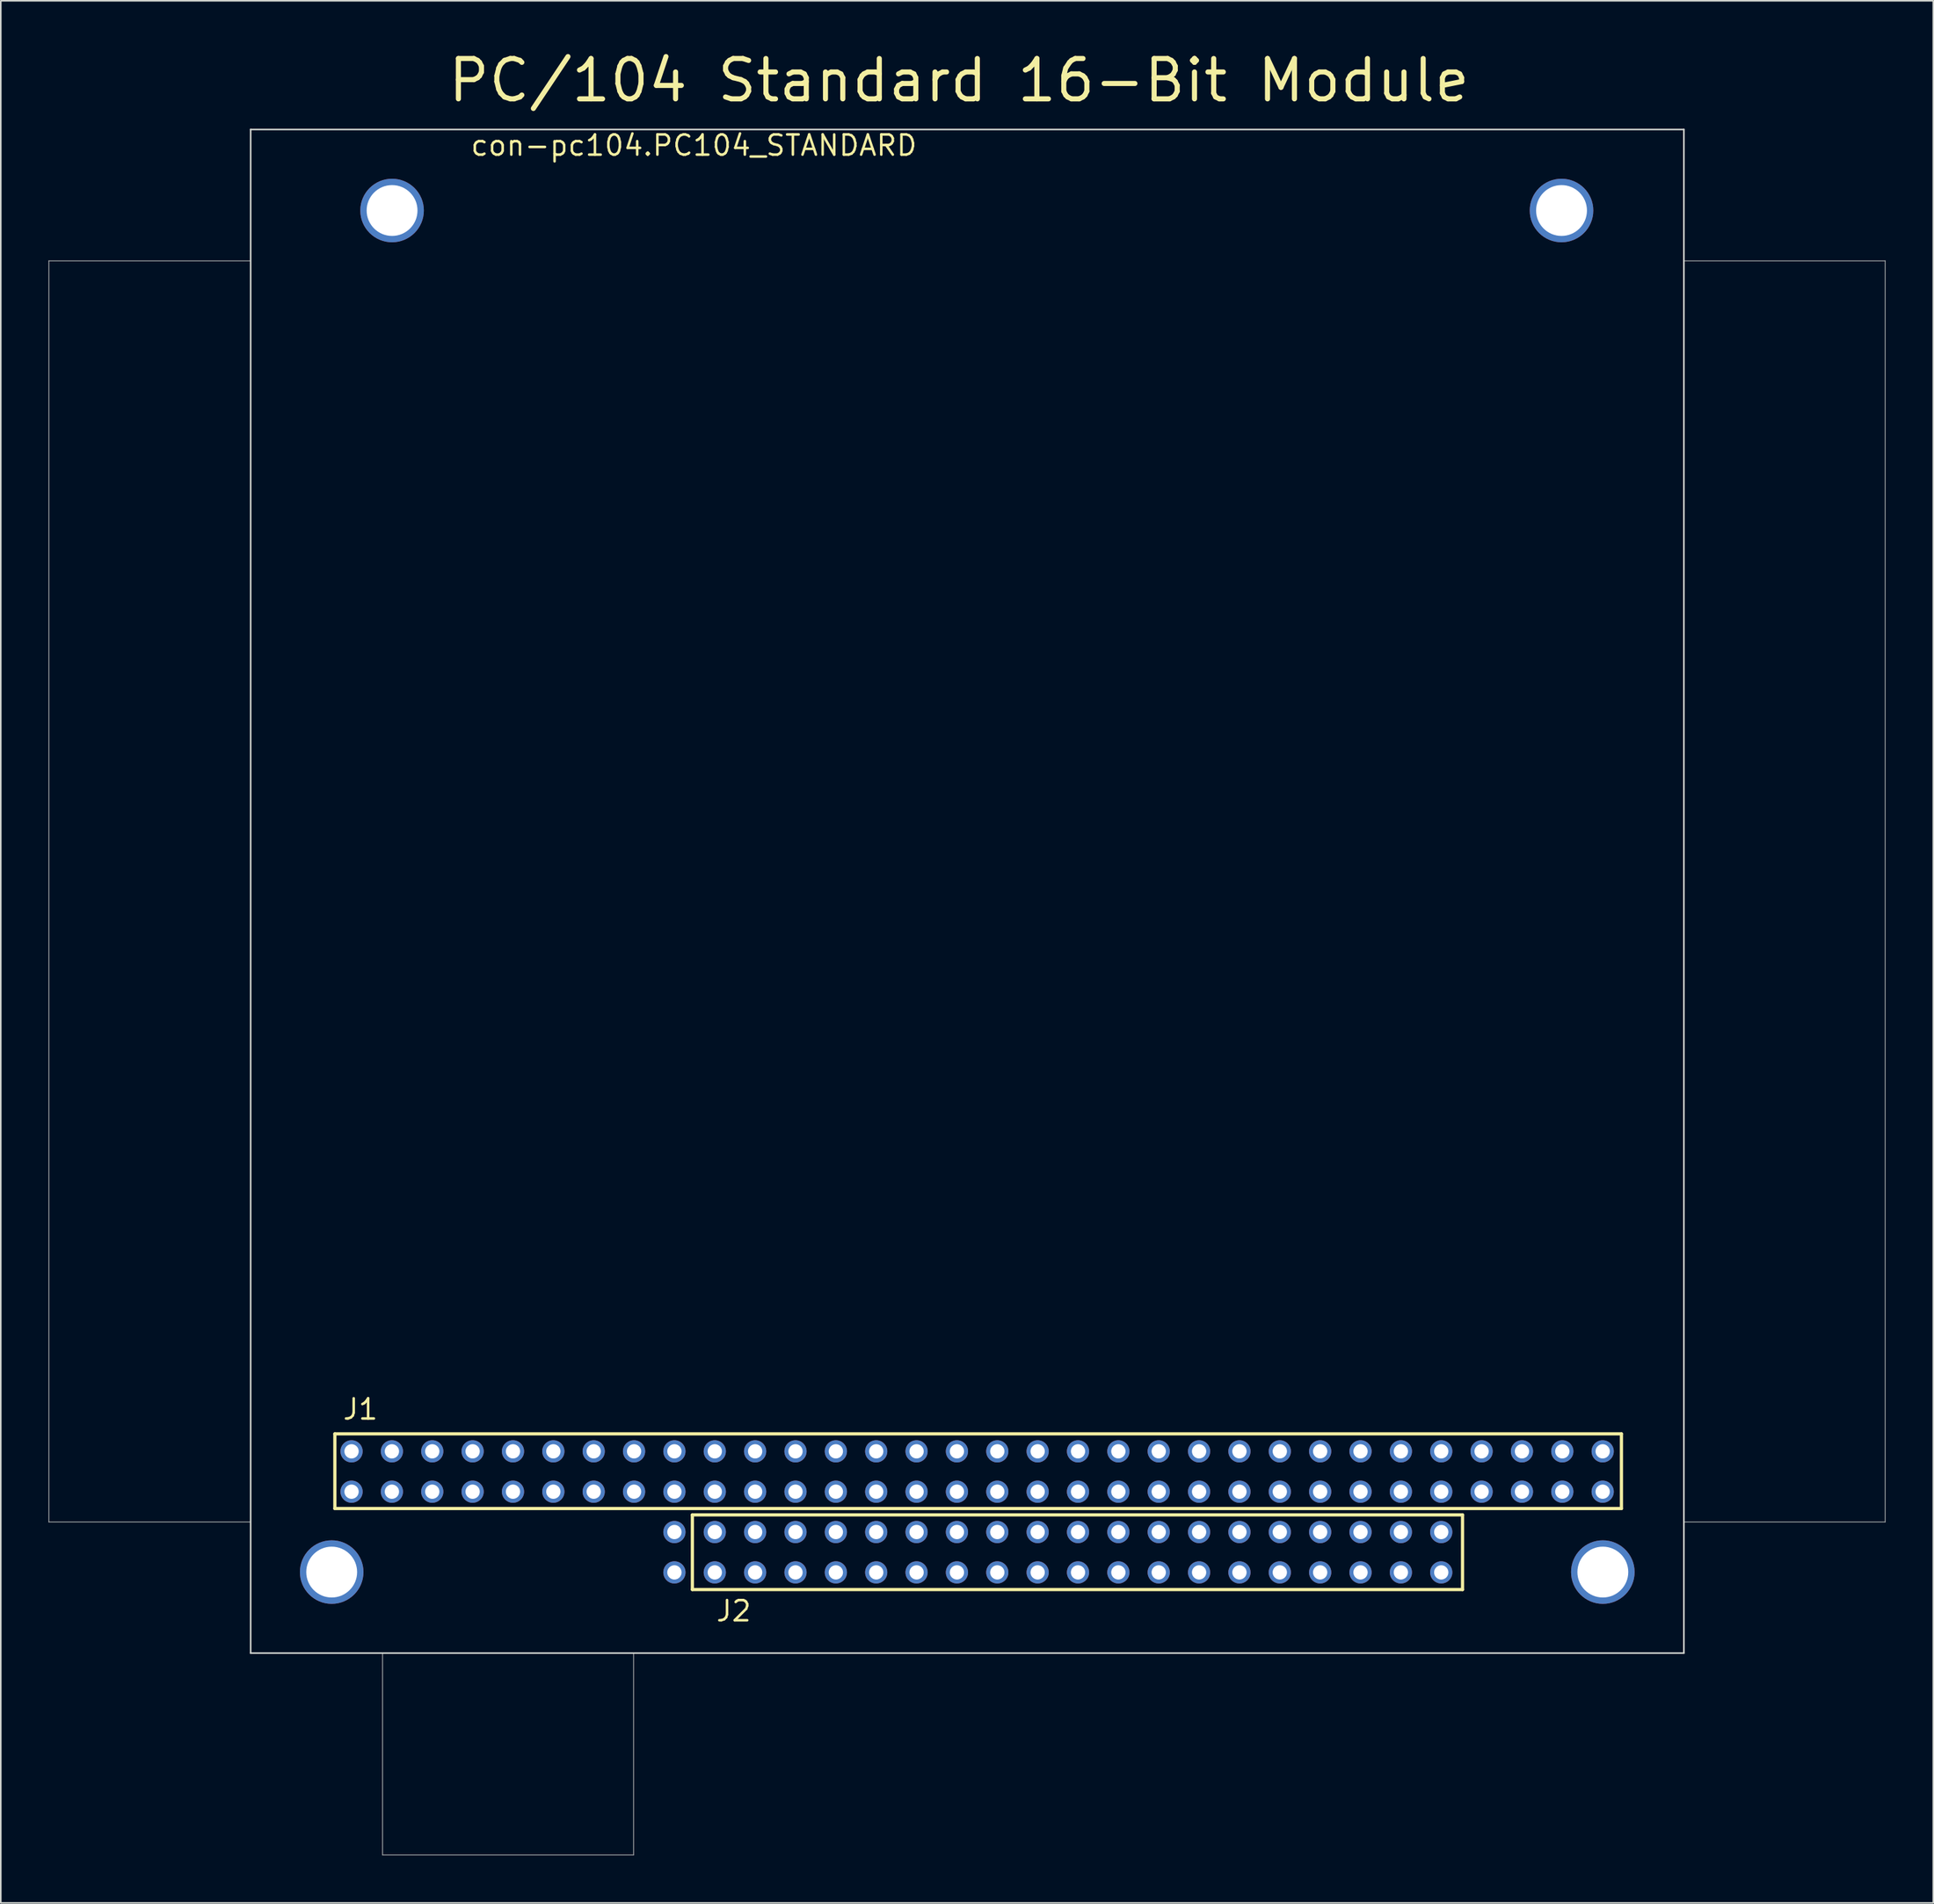
<source format=kicad_pcb>
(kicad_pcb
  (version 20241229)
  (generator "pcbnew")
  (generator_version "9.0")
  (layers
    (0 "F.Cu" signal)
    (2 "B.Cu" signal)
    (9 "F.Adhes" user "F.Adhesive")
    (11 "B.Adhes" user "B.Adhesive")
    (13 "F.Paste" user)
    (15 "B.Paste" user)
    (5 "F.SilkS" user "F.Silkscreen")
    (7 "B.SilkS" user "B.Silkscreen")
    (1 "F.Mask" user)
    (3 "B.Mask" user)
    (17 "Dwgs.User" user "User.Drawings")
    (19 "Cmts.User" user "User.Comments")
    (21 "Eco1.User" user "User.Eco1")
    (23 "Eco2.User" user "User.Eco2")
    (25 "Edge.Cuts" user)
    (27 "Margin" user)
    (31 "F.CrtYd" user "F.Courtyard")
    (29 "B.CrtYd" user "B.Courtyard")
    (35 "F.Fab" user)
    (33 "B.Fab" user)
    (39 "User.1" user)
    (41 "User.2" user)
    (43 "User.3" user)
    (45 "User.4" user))
  (footprint "con-pc104.PC104_STANDARD"
    (layer "F.Cu")
    (at 12.725 101)
    (property "Reference" "con-pc104.PC104_STANDARD" (at 13.76 -94.155 0) (layer "F.SilkS") (effects (font (size 1.27 1.27) (thickness 0.16)) (justify left bottom)))
    (attr through_hole)
    (fp_line (start 5.3 -13.8) (end 86.27 -13.8) (stroke (width 0.203) (type default)) (layer "F.SilkS"))
    (fp_line (start 5.3 -9.1) (end 5.3 -13.8) (stroke (width 0.203) (type default)) (layer "F.SilkS"))
    (fp_line (start 27.8 -8.7) (end 76.27 -8.7) (stroke (width 0.203) (type default)) (layer "F.SilkS"))
    (fp_line (start 27.8 -4) (end 27.8 -8.7) (stroke (width 0.203) (type default)) (layer "F.SilkS"))
    (fp_line (start 76.27 -8.7) (end 76.27 -4) (stroke (width 0.203) (type default)) (layer "F.SilkS"))
    (fp_line (start 76.27 -4) (end 27.8 -4) (stroke (width 0.203) (type default)) (layer "F.SilkS"))
    (fp_line (start 86.27 -13.8) (end 86.27 -9.1) (stroke (width 0.203) (type default)) (layer "F.SilkS"))
    (fp_line (start 86.27 -9.1) (end 5.3 -9.1) (stroke (width 0.203) (type default)) (layer "F.SilkS"))
    (fp_line (start 0 -95.9) (end 0 0) (stroke (width 0.1) (type default)) (layer "Edge.Cuts"))
    (fp_line (start 0 0) (end 90.2 0) (stroke (width 0.1) (type default)) (layer "Edge.Cuts"))
    (fp_line (start 90.2 -95.9) (end 0 -95.9) (stroke (width 0.1) (type default)) (layer "Edge.Cuts"))
    (fp_line (start 90.2 0) (end 90.2 -95.9) (stroke (width 0.1) (type default)) (layer "Edge.Cuts"))
    (fp_line (start -12.7 -87.63) (end -12.7 -8.255) (stroke (width 0.051) (type default)) (layer "F.Fab"))
    (fp_line (start -12.7 -8.255) (end 0 -8.255) (stroke (width 0.051) (type default)) (layer "F.Fab"))
    (fp_line (start 0 -87.63) (end -12.7 -87.63) (stroke (width 0.051) (type default)) (layer "F.Fab"))
    (fp_line (start 8.3 0) (end 8.3 12.7) (stroke (width 0.051) (type default)) (layer "F.Fab"))
    (fp_line (start 8.3 12.7) (end 24.1 12.7) (stroke (width 0.051) (type default)) (layer "F.Fab"))
    (fp_line (start 24.1 12.7) (end 24.1 0) (stroke (width 0.051) (type default)) (layer "F.Fab"))
    (fp_line (start 90.221 -8.255) (end 102.87 -8.255) (stroke (width 0.051) (type default)) (layer "F.Fab"))
    (fp_line (start 102.87 -87.63) (end 90.17 -87.63) (stroke (width 0.051) (type default)) (layer "F.Fab"))
    (fp_line (start 102.87 -8.255) (end 102.87 -87.63) (stroke (width 0.051) (type default)) (layer "F.Fab"))
    (fp_text user "PC/104 Standard 16-Bit Module" (at 12.26 -97.5 0) (layer "F.SilkS") (effects (font (size 2.54 2.54) (thickness 0.32)) (justify left bottom)))
    (fp_text user "J1" (at 5.715 -14.605 0) (layer "F.SilkS") (effects (font (size 1.27 1.27) (thickness 0.16)) (justify left bottom)))
    (fp_text user "J2" (at 29.21 -1.905 0) (layer "F.SilkS") (effects (font (size 1.27 1.27) (thickness 0.16)) (justify left bottom)))
    (pad "A1" thru_hole circle (at 6.35 -10.16) (size 1.397 1.397) (drill 0.9) (layers "*.Cu" "*.Mask"))
    (pad "A2" thru_hole circle (at 8.89 -10.16) (size 1.397 1.397) (drill 0.9) (layers "*.Cu" "*.Mask"))
    (pad "A3" thru_hole circle (at 11.43 -10.16) (size 1.397 1.397) (drill 0.9) (layers "*.Cu" "*.Mask"))
    (pad "A4" thru_hole circle (at 13.97 -10.16) (size 1.397 1.397) (drill 0.9) (layers "*.Cu" "*.Mask"))
    (pad "A5" thru_hole circle (at 16.51 -10.16) (size 1.397 1.397) (drill 0.9) (layers "*.Cu" "*.Mask"))
    (pad "A6" thru_hole circle (at 19.05 -10.16) (size 1.397 1.397) (drill 0.9) (layers "*.Cu" "*.Mask"))
    (pad "A7" thru_hole circle (at 21.59 -10.16) (size 1.397 1.397) (drill 0.9) (layers "*.Cu" "*.Mask"))
    (pad "A8" thru_hole circle (at 24.13 -10.16) (size 1.397 1.397) (drill 0.9) (layers "*.Cu" "*.Mask"))
    (pad "A9" thru_hole circle (at 26.67 -10.16) (size 1.397 1.397) (drill 0.9) (layers "*.Cu" "*.Mask"))
    (pad "A10" thru_hole circle (at 29.21 -10.16) (size 1.397 1.397) (drill 0.9) (layers "*.Cu" "*.Mask"))
    (pad "A11" thru_hole circle (at 31.75 -10.16) (size 1.397 1.397) (drill 0.9) (layers "*.Cu" "*.Mask"))
    (pad "A12" thru_hole circle (at 34.29 -10.16) (size 1.397 1.397) (drill 0.9) (layers "*.Cu" "*.Mask"))
    (pad "A13" thru_hole circle (at 36.83 -10.16) (size 1.397 1.397) (drill 0.9) (layers "*.Cu" "*.Mask"))
    (pad "A14" thru_hole circle (at 39.37 -10.16) (size 1.397 1.397) (drill 0.9) (layers "*.Cu" "*.Mask"))
    (pad "A15" thru_hole circle (at 41.91 -10.16) (size 1.397 1.397) (drill 0.9) (layers "*.Cu" "*.Mask"))
    (pad "A16" thru_hole circle (at 44.45 -10.16) (size 1.397 1.397) (drill 0.9) (layers "*.Cu" "*.Mask"))
    (pad "A17" thru_hole circle (at 46.99 -10.16) (size 1.397 1.397) (drill 0.9) (layers "*.Cu" "*.Mask"))
    (pad "A18" thru_hole circle (at 49.53 -10.16) (size 1.397 1.397) (drill 0.9) (layers "*.Cu" "*.Mask"))
    (pad "A19" thru_hole circle (at 52.07 -10.16) (size 1.397 1.397) (drill 0.9) (layers "*.Cu" "*.Mask"))
    (pad "A20" thru_hole circle (at 54.61 -10.16) (size 1.397 1.397) (drill 0.9) (layers "*.Cu" "*.Mask"))
    (pad "A21" thru_hole circle (at 57.15 -10.16) (size 1.397 1.397) (drill 0.9) (layers "*.Cu" "*.Mask"))
    (pad "A22" thru_hole circle (at 59.69 -10.16) (size 1.397 1.397) (drill 0.9) (layers "*.Cu" "*.Mask"))
    (pad "A23" thru_hole circle (at 62.23 -10.16) (size 1.397 1.397) (drill 0.9) (layers "*.Cu" "*.Mask"))
    (pad "A24" thru_hole circle (at 64.77 -10.16) (size 1.397 1.397) (drill 0.9) (layers "*.Cu" "*.Mask"))
    (pad "A25" thru_hole circle (at 67.31 -10.16) (size 1.397 1.397) (drill 0.9) (layers "*.Cu" "*.Mask"))
    (pad "A26" thru_hole circle (at 69.85 -10.16) (size 1.397 1.397) (drill 0.9) (layers "*.Cu" "*.Mask"))
    (pad "A27" thru_hole circle (at 72.39 -10.16) (size 1.397 1.397) (drill 0.9) (layers "*.Cu" "*.Mask"))
    (pad "A28" thru_hole circle (at 74.93 -10.16) (size 1.397 1.397) (drill 0.9) (layers "*.Cu" "*.Mask"))
    (pad "A29" thru_hole circle (at 77.47 -10.16) (size 1.397 1.397) (drill 0.9) (layers "*.Cu" "*.Mask"))
    (pad "A30" thru_hole circle (at 80.01 -10.16) (size 1.397 1.397) (drill 0.9) (layers "*.Cu" "*.Mask"))
    (pad "A31" thru_hole circle (at 82.55 -10.16) (size 1.397 1.397) (drill 0.9) (layers "*.Cu" "*.Mask"))
    (pad "A32" thru_hole circle (at 85.09 -10.16) (size 1.397 1.397) (drill 0.9) (layers "*.Cu" "*.Mask"))
    (pad "B1" thru_hole circle (at 6.35 -12.7) (size 1.397 1.397) (drill 0.9) (layers "*.Cu" "*.Mask"))
    (pad "B2" thru_hole circle (at 8.89 -12.7) (size 1.397 1.397) (drill 0.9) (layers "*.Cu" "*.Mask"))
    (pad "B3" thru_hole circle (at 11.43 -12.7) (size 1.397 1.397) (drill 0.9) (layers "*.Cu" "*.Mask"))
    (pad "B4" thru_hole circle (at 13.97 -12.7) (size 1.397 1.397) (drill 0.9) (layers "*.Cu" "*.Mask"))
    (pad "B5" thru_hole circle (at 16.51 -12.7) (size 1.397 1.397) (drill 0.9) (layers "*.Cu" "*.Mask"))
    (pad "B6" thru_hole circle (at 19.05 -12.7) (size 1.397 1.397) (drill 0.9) (layers "*.Cu" "*.Mask"))
    (pad "B7" thru_hole circle (at 21.59 -12.7) (size 1.397 1.397) (drill 0.9) (layers "*.Cu" "*.Mask"))
    (pad "B8" thru_hole circle (at 24.13 -12.7) (size 1.397 1.397) (drill 0.9) (layers "*.Cu" "*.Mask"))
    (pad "B9" thru_hole circle (at 26.67 -12.7) (size 1.397 1.397) (drill 0.9) (layers "*.Cu" "*.Mask"))
    (pad "B10" thru_hole circle (at 29.21 -12.7) (size 1.397 1.397) (drill 0.9) (layers "*.Cu" "*.Mask"))
    (pad "B11" thru_hole circle (at 31.75 -12.7) (size 1.397 1.397) (drill 0.9) (layers "*.Cu" "*.Mask"))
    (pad "B12" thru_hole circle (at 34.29 -12.7) (size 1.397 1.397) (drill 0.9) (layers "*.Cu" "*.Mask"))
    (pad "B13" thru_hole circle (at 36.83 -12.7) (size 1.397 1.397) (drill 0.9) (layers "*.Cu" "*.Mask"))
    (pad "B14" thru_hole circle (at 39.37 -12.7) (size 1.397 1.397) (drill 0.9) (layers "*.Cu" "*.Mask"))
    (pad "B15" thru_hole circle (at 41.91 -12.7) (size 1.397 1.397) (drill 0.9) (layers "*.Cu" "*.Mask"))
    (pad "B16" thru_hole circle (at 44.45 -12.7) (size 1.397 1.397) (drill 0.9) (layers "*.Cu" "*.Mask"))
    (pad "B17" thru_hole circle (at 46.99 -12.7) (size 1.397 1.397) (drill 0.9) (layers "*.Cu" "*.Mask"))
    (pad "B18" thru_hole circle (at 49.53 -12.7) (size 1.397 1.397) (drill 0.9) (layers "*.Cu" "*.Mask"))
    (pad "B19" thru_hole circle (at 52.07 -12.7) (size 1.397 1.397) (drill 0.9) (layers "*.Cu" "*.Mask"))
    (pad "B20" thru_hole circle (at 54.61 -12.7) (size 1.397 1.397) (drill 0.9) (layers "*.Cu" "*.Mask"))
    (pad "B21" thru_hole circle (at 57.15 -12.7) (size 1.397 1.397) (drill 0.9) (layers "*.Cu" "*.Mask"))
    (pad "B22" thru_hole circle (at 59.69 -12.7) (size 1.397 1.397) (drill 0.9) (layers "*.Cu" "*.Mask"))
    (pad "B23" thru_hole circle (at 62.23 -12.7) (size 1.397 1.397) (drill 0.9) (layers "*.Cu" "*.Mask"))
    (pad "B24" thru_hole circle (at 64.77 -12.7) (size 1.397 1.397) (drill 0.9) (layers "*.Cu" "*.Mask"))
    (pad "B25" thru_hole circle (at 67.31 -12.7) (size 1.397 1.397) (drill 0.9) (layers "*.Cu" "*.Mask"))
    (pad "B26" thru_hole circle (at 69.85 -12.7) (size 1.397 1.397) (drill 0.9) (layers "*.Cu" "*.Mask"))
    (pad "B27" thru_hole circle (at 72.39 -12.7) (size 1.397 1.397) (drill 0.9) (layers "*.Cu" "*.Mask"))
    (pad "B28" thru_hole circle (at 74.93 -12.7) (size 1.397 1.397) (drill 0.9) (layers "*.Cu" "*.Mask"))
    (pad "B29" thru_hole circle (at 77.47 -12.7) (size 1.397 1.397) (drill 0.9) (layers "*.Cu" "*.Mask"))
    (pad "B30" thru_hole circle (at 80.01 -12.7) (size 1.397 1.397) (drill 0.9) (layers "*.Cu" "*.Mask"))
    (pad "B31" thru_hole circle (at 82.55 -12.7) (size 1.397 1.397) (drill 0.9) (layers "*.Cu" "*.Mask"))
    (pad "B32" thru_hole circle (at 85.09 -12.7) (size 1.397 1.397) (drill 0.9) (layers "*.Cu" "*.Mask"))
    (pad "C0" thru_hole circle (at 26.67 -7.62) (size 1.397 1.397) (drill 0.9) (layers "*.Cu" "*.Mask"))
    (pad "C1" thru_hole circle (at 29.21 -7.62) (size 1.397 1.397) (drill 0.9) (layers "*.Cu" "*.Mask"))
    (pad "C2" thru_hole circle (at 31.75 -7.62) (size 1.397 1.397) (drill 0.9) (layers "*.Cu" "*.Mask"))
    (pad "C3" thru_hole circle (at 34.29 -7.62) (size 1.397 1.397) (drill 0.9) (layers "*.Cu" "*.Mask"))
    (pad "C4" thru_hole circle (at 36.83 -7.62) (size 1.397 1.397) (drill 0.9) (layers "*.Cu" "*.Mask"))
    (pad "C5" thru_hole circle (at 39.37 -7.62) (size 1.397 1.397) (drill 0.9) (layers "*.Cu" "*.Mask"))
    (pad "C6" thru_hole circle (at 41.91 -7.62) (size 1.397 1.397) (drill 0.9) (layers "*.Cu" "*.Mask"))
    (pad "C7" thru_hole circle (at 44.45 -7.62) (size 1.397 1.397) (drill 0.9) (layers "*.Cu" "*.Mask"))
    (pad "C8" thru_hole circle (at 46.99 -7.62) (size 1.397 1.397) (drill 0.9) (layers "*.Cu" "*.Mask"))
    (pad "C9" thru_hole circle (at 49.53 -7.62) (size 1.397 1.397) (drill 0.9) (layers "*.Cu" "*.Mask"))
    (pad "C10" thru_hole circle (at 52.07 -7.62) (size 1.397 1.397) (drill 0.9) (layers "*.Cu" "*.Mask"))
    (pad "C11" thru_hole circle (at 54.61 -7.62) (size 1.397 1.397) (drill 0.9) (layers "*.Cu" "*.Mask"))
    (pad "C12" thru_hole circle (at 57.15 -7.62) (size 1.397 1.397) (drill 0.9) (layers "*.Cu" "*.Mask"))
    (pad "C13" thru_hole circle (at 59.69 -7.62) (size 1.397 1.397) (drill 0.9) (layers "*.Cu" "*.Mask"))
    (pad "C14" thru_hole circle (at 62.23 -7.62) (size 1.397 1.397) (drill 0.9) (layers "*.Cu" "*.Mask"))
    (pad "C15" thru_hole circle (at 64.77 -7.62) (size 1.397 1.397) (drill 0.9) (layers "*.Cu" "*.Mask"))
    (pad "C16" thru_hole circle (at 67.31 -7.62) (size 1.397 1.397) (drill 0.9) (layers "*.Cu" "*.Mask"))
    (pad "C17" thru_hole circle (at 69.85 -7.62) (size 1.397 1.397) (drill 0.9) (layers "*.Cu" "*.Mask"))
    (pad "C18" thru_hole circle (at 72.39 -7.62) (size 1.397 1.397) (drill 0.9) (layers "*.Cu" "*.Mask"))
    (pad "C19" thru_hole circle (at 74.93 -7.62) (size 1.397 1.397) (drill 0.9) (layers "*.Cu" "*.Mask"))
    (pad "D0" thru_hole circle (at 26.67 -5.08) (size 1.397 1.397) (drill 0.9) (layers "*.Cu" "*.Mask"))
    (pad "D1" thru_hole circle (at 29.21 -5.08) (size 1.397 1.397) (drill 0.9) (layers "*.Cu" "*.Mask"))
    (pad "D2" thru_hole circle (at 31.75 -5.08) (size 1.397 1.397) (drill 0.9) (layers "*.Cu" "*.Mask"))
    (pad "D3" thru_hole circle (at 34.29 -5.08) (size 1.397 1.397) (drill 0.9) (layers "*.Cu" "*.Mask"))
    (pad "D4" thru_hole circle (at 36.83 -5.08) (size 1.397 1.397) (drill 0.9) (layers "*.Cu" "*.Mask"))
    (pad "D5" thru_hole circle (at 39.37 -5.08) (size 1.397 1.397) (drill 0.9) (layers "*.Cu" "*.Mask"))
    (pad "D6" thru_hole circle (at 41.91 -5.08) (size 1.397 1.397) (drill 0.9) (layers "*.Cu" "*.Mask"))
    (pad "D7" thru_hole circle (at 44.45 -5.08) (size 1.397 1.397) (drill 0.9) (layers "*.Cu" "*.Mask"))
    (pad "D8" thru_hole circle (at 46.99 -5.08) (size 1.397 1.397) (drill 0.9) (layers "*.Cu" "*.Mask"))
    (pad "D9" thru_hole circle (at 49.53 -5.08) (size 1.397 1.397) (drill 0.9) (layers "*.Cu" "*.Mask"))
    (pad "D10" thru_hole circle (at 52.07 -5.08) (size 1.397 1.397) (drill 0.9) (layers "*.Cu" "*.Mask"))
    (pad "D11" thru_hole circle (at 54.61 -5.08) (size 1.397 1.397) (drill 0.9) (layers "*.Cu" "*.Mask"))
    (pad "D12" thru_hole circle (at 57.15 -5.08) (size 1.397 1.397) (drill 0.9) (layers "*.Cu" "*.Mask"))
    (pad "D13" thru_hole circle (at 59.69 -5.08) (size 1.397 1.397) (drill 0.9) (layers "*.Cu" "*.Mask"))
    (pad "D14" thru_hole circle (at 62.23 -5.08) (size 1.397 1.397) (drill 0.9) (layers "*.Cu" "*.Mask"))
    (pad "D15" thru_hole circle (at 64.77 -5.08) (size 1.397 1.397) (drill 0.9) (layers "*.Cu" "*.Mask"))
    (pad "D16" thru_hole circle (at 67.31 -5.08) (size 1.397 1.397) (drill 0.9) (layers "*.Cu" "*.Mask"))
    (pad "D17" thru_hole circle (at 69.85 -5.08) (size 1.397 1.397) (drill 0.9) (layers "*.Cu" "*.Mask"))
    (pad "D18" thru_hole circle (at 72.39 -5.08) (size 1.397 1.397) (drill 0.9) (layers "*.Cu" "*.Mask"))
    (pad "D19" thru_hole circle (at 74.93 -5.08) (size 1.397 1.397) (drill 0.9) (layers "*.Cu" "*.Mask"))
    (pad "GND@1" thru_hole circle (at 8.9 -90.8) (size 4 4) (drill 3.2) (layers "*.Cu" "*.Mask"))
    (pad "GND@2" thru_hole circle (at 82.5 -90.8) (size 4 4) (drill 3.2) (layers "*.Cu" "*.Mask"))
    (pad "GND@3" thru_hole circle (at 5.1 -5.1) (size 4 4) (drill 3.2) (layers "*.Cu" "*.Mask"))
    (pad "GND@4" thru_hole circle (at 85.1 -5.1) (size 4 4) (drill 3.2) (layers "*.Cu" "*.Mask")))
  (gr_rect
    (start -3 -3)
    (end 118.621 116.725)
    (stroke (width 0.1) (type default))
    (fill no)
    (layer "Edge.Cuts")))
</source>
